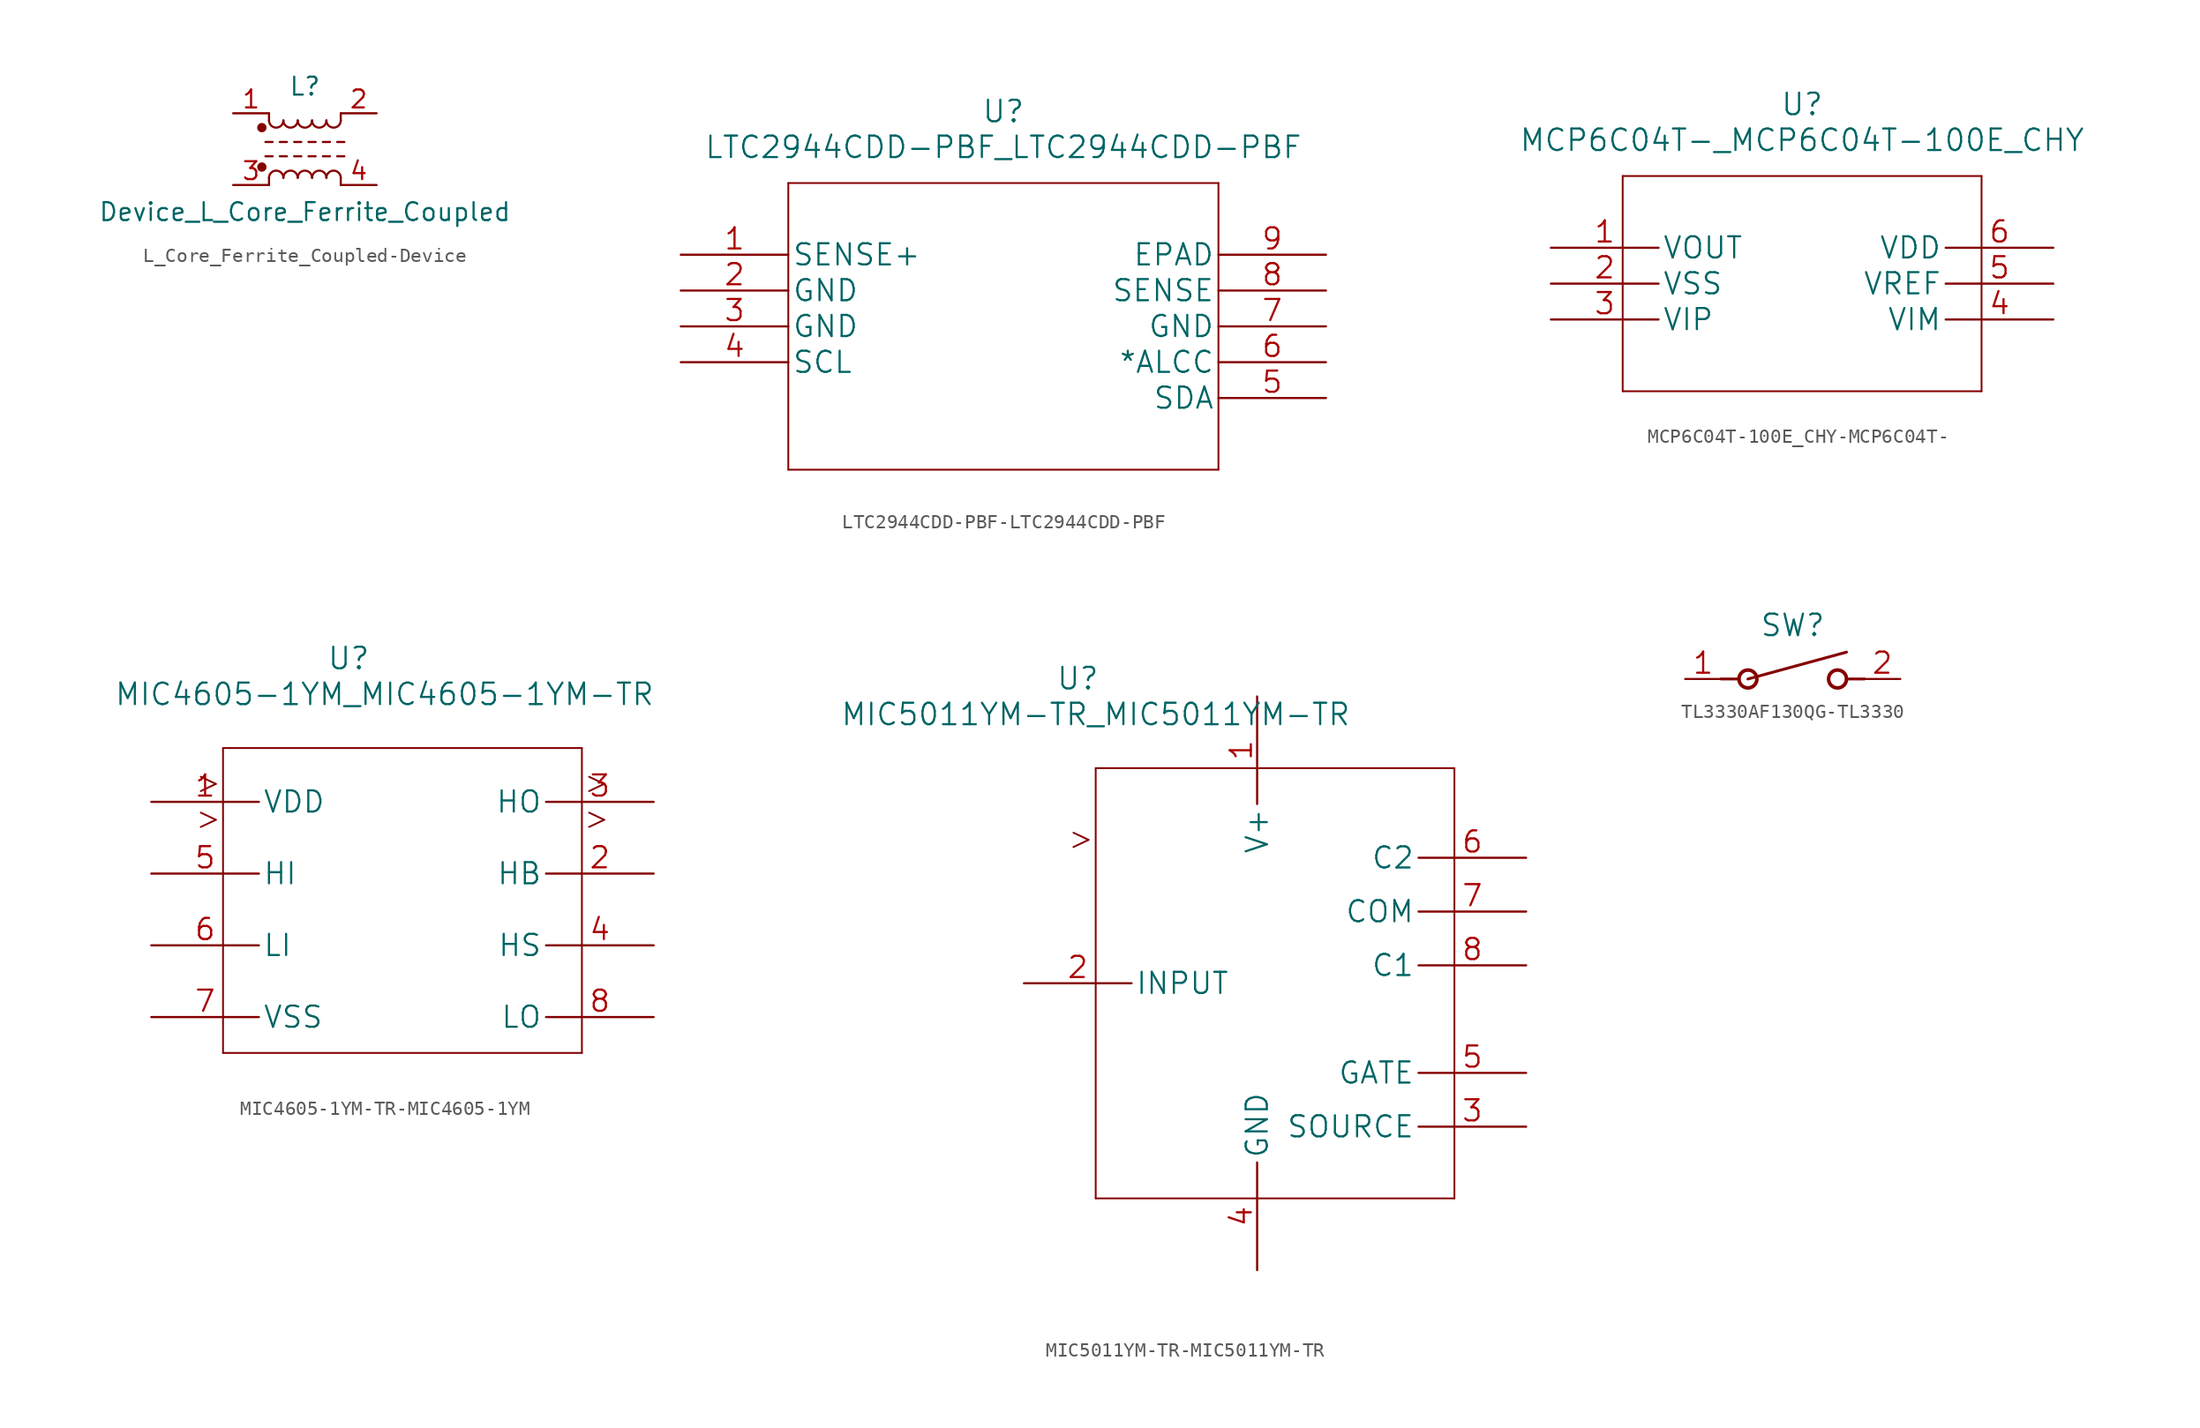
<source format=kicad_sym>
(kicad_symbol_lib
  (version 20220914)
  (generator kicad_symbol_editor)
  (symbol "L_Core_Ferrite_Coupled-Device"
    (pin_names
      (offset 0.254) hide)
    (property "Reference" "L"
      (at 0 4.445 0)
      (effects (font (size 1.27 1.27))))
    (property "Value" "Device_L_Core_Ferrite_Coupled"
      (at 0 -4.445 0)
      (effects (font (size 1.27 1.27))))
    (symbol "L_Core_Ferrite_Coupled-Device_0_1"
      (circle (center -3.048 -1.27) (radius 0.254) (stroke (width 0) (type solid)) (fill (type outline)))
      (circle (center -3.048 1.524) (radius 0.254) (stroke (width 0) (type solid)) (fill (type outline)))
      (arc (start -2.54 2.032) (mid -2.032 1.5262) (end -1.524 2.032) (stroke (width 0) (type solid)) (fill (type none)))
      (arc (start -1.524 -2.032) (mid -2.032 -1.5262) (end -2.54 -2.032) (stroke (width 0) (type solid)) (fill (type none)))
      (arc (start -1.524 2.032) (mid -1.016 1.5262) (end -0.508 2.032) (stroke (width 0) (type solid)) (fill (type none)))
      (arc (start -0.508 -2.032) (mid -1.016 -1.5262) (end -1.524 -2.032) (stroke (width 0) (type solid)) (fill (type none)))
      (arc (start -0.508 2.032) (mid 0 1.5262) (end 0.508 2.032) (stroke (width 0) (type solid)) (fill (type none)))
      (polyline (pts (xy -2.794 -0.508) (xy -2.286 -0.508)) (stroke (width 0) (type solid)) (fill (type none)))
      (polyline (pts (xy -2.794 0.508) (xy -2.286 0.508)) (stroke (width 0) (type solid)) (fill (type none)))
      (polyline (pts (xy -2.54 -2.032) (xy -2.54 -2.54)) (stroke (width 0) (type solid)) (fill (type none)))
      (polyline (pts (xy -2.54 2.032) (xy -2.54 2.54)) (stroke (width 0) (type solid)) (fill (type none)))
      (polyline (pts (xy -1.778 -0.508) (xy -1.27 -0.508)) (stroke (width 0) (type solid)) (fill (type none)))
      (polyline (pts (xy -1.778 0.508) (xy -1.27 0.508)) (stroke (width 0) (type solid)) (fill (type none)))
      (polyline (pts (xy -0.762 -0.508) (xy -0.254 -0.508)) (stroke (width 0) (type solid)) (fill (type none)))
      (polyline (pts (xy -0.762 0.508) (xy -0.254 0.508)) (stroke (width 0) (type solid)) (fill (type none)))
      (polyline (pts (xy 0.254 -0.508) (xy 0.762 -0.508)) (stroke (width 0) (type solid)) (fill (type none)))
      (polyline (pts (xy 0.254 0.508) (xy 0.762 0.508)) (stroke (width 0) (type solid)) (fill (type none)))
      (polyline (pts (xy 1.27 -0.508) (xy 1.778 -0.508)) (stroke (width 0) (type solid)) (fill (type none)))
      (polyline (pts (xy 1.27 0.508) (xy 1.778 0.508)) (stroke (width 0) (type solid)) (fill (type none)))
      (polyline (pts (xy 2.286 -0.508) (xy 2.794 -0.508)) (stroke (width 0) (type solid)) (fill (type none)))
      (polyline (pts (xy 2.286 0.508) (xy 2.794 0.508)) (stroke (width 0) (type solid)) (fill (type none)))
      (polyline (pts (xy 2.54 -2.032) (xy 2.54 -2.54)) (stroke (width 0) (type solid)) (fill (type none)))
      (polyline (pts (xy 2.54 2.54) (xy 2.54 2.032)) (stroke (width 0) (type solid)) (fill (type none)))
      (arc (start 0.508 -2.032) (mid 0 -1.5262) (end -0.508 -2.032) (stroke (width 0) (type solid)) (fill (type none)))
      (arc (start 0.508 2.032) (mid 1.016 1.5262) (end 1.524 2.032) (stroke (width 0) (type solid)) (fill (type none)))
      (arc (start 1.524 -2.032) (mid 1.016 -1.5262) (end 0.508 -2.032) (stroke (width 0) (type solid)) (fill (type none)))
      (arc (start 1.524 2.032) (mid 2.032 1.5262) (end 2.54 2.032) (stroke (width 0) (type solid)) (fill (type none)))
      (arc (start 2.54 -2.032) (mid 2.032 -1.5262) (end 1.524 -2.032) (stroke (width 0) (type solid)) (fill (type none))))
    (symbol "L_Core_Ferrite_Coupled-Device_1_1"
      (pin passive line (at -5.08 2.54 0) (length 2.54) (name "1" (effects (font (size 1.27 1.27)))) (number "1" (effects (font (size 1.27 1.27)))))
      (pin passive line (at 5.08 2.54 180) (length 2.54) (name "2" (effects (font (size 1.27 1.27)))) (number "2" (effects (font (size 1.27 1.27)))))
      (pin passive line (at -5.08 -2.54 0) (length 2.54) (name "3" (effects (font (size 1.27 1.27)))) (number "3" (effects (font (size 1.27 1.27)))))
      (pin passive line (at 5.08 -2.54 180) (length 2.54) (name "4" (effects (font (size 1.27 1.27)))) (number "4" (effects (font (size 1.27 1.27)))))))
  (symbol "LTC2944CDD-PBF-LTC2944CDD-PBF"
    (pin_names
      (offset 0.254))
    (property "Reference" "U"
      (at 22.86 10.16 0)
      (effects (font (size 1.524 1.524))))
    (property "Value" "LTC2944CDD-PBF_LTC2944CDD-PBF"
      (at 22.86 7.62 0)
      (effects (font (size 1.524 1.524))))
    (property "Datasheet" ""
      (at 0 0 0)
      (effects (font (size 1.524 1.524))))
    (property "ki_locked" ""
      (at 0 0 0)
      (effects (font (size 1.27 1.27))))
    (symbol "LTC2944CDD-PBF-LTC2944CDD-PBF_1_1"
      (polyline (pts (xy 7.62 -15.24) (xy 38.1 -15.24)) (stroke (width 0.127) (type solid)) (fill (type none)))
      (polyline (pts (xy 7.62 5.08) (xy 7.62 -15.24)) (stroke (width 0.127) (type solid)) (fill (type none)))
      (polyline (pts (xy 38.1 -15.24) (xy 38.1 5.08)) (stroke (width 0.127) (type solid)) (fill (type none)))
      (polyline (pts (xy 38.1 5.08) (xy 7.62 5.08)) (stroke (width 0.127) (type solid)) (fill (type none)))
      (pin input line (at 0 0 0) (length 7.62) (name "SENSE+" (effects (font (size 1.499 1.499)))) (number "1" (effects (font (size 1.499 1.499)))))
      (pin power_in line (at 0 -2.54 0) (length 7.62) (name "GND" (effects (font (size 1.499 1.499)))) (number "2" (effects (font (size 1.499 1.499)))))
      (pin power_in line (at 0 -5.08 0) (length 7.62) (name "GND" (effects (font (size 1.499 1.499)))) (number "3" (effects (font (size 1.499 1.499)))))
      (pin input line (at 0 -7.62 0) (length 7.62) (name "SCL" (effects (font (size 1.499 1.499)))) (number "4" (effects (font (size 1.499 1.499)))))
      (pin bidirectional line (at 45.72 -10.16 180) (length 7.62) (name "SDA" (effects (font (size 1.499 1.499)))) (number "5" (effects (font (size 1.499 1.499)))))
      (pin bidirectional line (at 45.72 -7.62 180) (length 7.62) (name "*ALCC" (effects (font (size 1.499 1.499)))) (number "6" (effects (font (size 1.499 1.499)))))
      (pin power_in line (at 45.72 -5.08 180) (length 7.62) (name "GND" (effects (font (size 1.499 1.499)))) (number "7" (effects (font (size 1.499 1.499)))))
      (pin input line (at 45.72 -2.54 180) (length 7.62) (name "SENSE" (effects (font (size 1.499 1.499)))) (number "8" (effects (font (size 1.499 1.499)))))
      (pin unspecified line (at 45.72 0 180) (length 7.62) (name "EPAD" (effects (font (size 1.499 1.499)))) (number "9" (effects (font (size 1.499 1.499)))))))
  (symbol "MCP6C04T-100E_CHY-MCP6C04T-"
    (pin_names
      (offset 0.254))
    (property "Reference" "U"
      (at 20.32 10.16 0)
      (effects (font (size 1.524 1.524))))
    (property "Value" "MCP6C04T-_MCP6C04T-100E_CHY"
      (at 20.32 7.62 0)
      (effects (font (size 1.524 1.524))))
    (property "Datasheet" ""
      (at 0 0 0)
      (effects (font (size 1.524 1.524))))
    (property "ki_locked" ""
      (at 0 0 0)
      (effects (font (size 1.27 1.27))))
    (symbol "MCP6C04T-100E_CHY-MCP6C04T-_1_1"
      (polyline (pts (xy 7.62 -10.16) (xy 33.02 -10.16)) (stroke (width 0.127) (type solid)) (fill (type none)))
      (polyline (pts (xy 7.62 5.08) (xy 7.62 -10.16)) (stroke (width 0.127) (type solid)) (fill (type none)))
      (polyline (pts (xy 33.02 -10.16) (xy 33.02 5.08)) (stroke (width 0.127) (type solid)) (fill (type none)))
      (polyline (pts (xy 33.02 5.08) (xy 7.62 5.08)) (stroke (width 0.127) (type solid)) (fill (type none)))
      (pin output line (at 2.54 0 0) (length 7.62) (name "VOUT" (effects (font (size 1.499 1.499)))) (number "1" (effects (font (size 1.499 1.499)))))
      (pin power_in line (at 2.54 -2.54 0) (length 7.62) (name "VSS" (effects (font (size 1.499 1.499)))) (number "2" (effects (font (size 1.499 1.499)))))
      (pin input line (at 2.54 -5.08 0) (length 7.62) (name "VIP" (effects (font (size 1.499 1.499)))) (number "3" (effects (font (size 1.499 1.499)))))
      (pin input line (at 38.1 -5.08 180) (length 7.62) (name "VIM" (effects (font (size 1.499 1.499)))) (number "4" (effects (font (size 1.499 1.499)))))
      (pin power_in line (at 38.1 -2.54 180) (length 7.62) (name "VREF" (effects (font (size 1.499 1.499)))) (number "5" (effects (font (size 1.499 1.499)))))
      (pin power_in line (at 38.1 0 180) (length 7.62) (name "VDD" (effects (font (size 1.499 1.499)))) (number "6" (effects (font (size 1.499 1.499)))))))
  (symbol "MIC4605-1YM-TR-MIC4605-1YM"
    (pin_names
      (offset 0.254))
    (property "Reference" "U"
      (at 16.51 8.89 0)
      (effects (font (size 1.524 1.524))))
    (property "Value" "MIC4605-1YM_MIC4605-1YM-TR"
      (at 19.05 6.35 0)
      (effects (font (size 1.524 1.524))))
    (property "Datasheet" ""
      (at 0 0 0)
      (effects (font (size 1.524 1.524))))
    (property "ki_locked" ""
      (at 0 0 0)
      (effects (font (size 1.27 1.27))))
    (symbol "MIC4605-1YM-TR-MIC4605-1YM_1_1"
      (polyline (pts (xy 7.112 -2.54) (xy 6.045 -3.048)) (stroke (width 0.127) (type solid)) (fill (type none)))
      (polyline (pts (xy 7.112 -2.54) (xy 6.045 -2.032)) (stroke (width 0.127) (type solid)) (fill (type none)))
      (polyline (pts (xy 7.112 0) (xy 6.045 -0.508)) (stroke (width 0.127) (type solid)) (fill (type none)))
      (polyline (pts (xy 7.112 0) (xy 6.045 0.508)) (stroke (width 0.127) (type solid)) (fill (type none)))
      (polyline (pts (xy 7.62 -19.05) (xy 33.02 -19.05)) (stroke (width 0.127) (type solid)) (fill (type none)))
      (polyline (pts (xy 7.62 2.54) (xy 7.62 -19.05)) (stroke (width 0.127) (type solid)) (fill (type none)))
      (polyline (pts (xy 33.02 -19.05) (xy 33.02 2.54)) (stroke (width 0.127) (type solid)) (fill (type none)))
      (polyline (pts (xy 33.02 2.54) (xy 7.62 2.54)) (stroke (width 0.127) (type solid)) (fill (type none)))
      (polyline (pts (xy 33.528 -3.048) (xy 34.595 -2.54)) (stroke (width 0.127) (type solid)) (fill (type none)))
      (polyline (pts (xy 33.528 -2.032) (xy 34.595 -2.54)) (stroke (width 0.127) (type solid)) (fill (type none)))
      (polyline (pts (xy 33.528 -0.508) (xy 34.595 0)) (stroke (width 0.127) (type solid)) (fill (type none)))
      (polyline (pts (xy 33.528 0.508) (xy 34.595 0)) (stroke (width 0.127) (type solid)) (fill (type none)))
      (pin power_in line (at 2.54 -1.27 0) (length 7.62) (name "VDD" (effects (font (size 1.499 1.499)))) (number "1" (effects (font (size 1.499 1.499)))))
      (pin unspecified line (at 38.1 -6.35 180) (length 7.62) (name "HB" (effects (font (size 1.499 1.499)))) (number "2" (effects (font (size 1.499 1.499)))))
      (pin output line (at 38.1 -1.27 180) (length 7.62) (name "HO" (effects (font (size 1.499 1.499)))) (number "3" (effects (font (size 1.499 1.499)))))
      (pin unspecified line (at 38.1 -11.43 180) (length 7.62) (name "HS" (effects (font (size 1.499 1.499)))) (number "4" (effects (font (size 1.499 1.499)))))
      (pin input line (at 2.54 -6.35 0) (length 7.62) (name "HI" (effects (font (size 1.499 1.499)))) (number "5" (effects (font (size 1.499 1.499)))))
      (pin input line (at 2.54 -11.43 0) (length 7.62) (name "LI" (effects (font (size 1.499 1.499)))) (number "6" (effects (font (size 1.499 1.499)))))
      (pin power_in line (at 2.54 -16.51 0) (length 7.62) (name "VSS" (effects (font (size 1.499 1.499)))) (number "7" (effects (font (size 1.499 1.499)))))
      (pin output line (at 38.1 -16.51 180) (length 7.62) (name "LO" (effects (font (size 1.499 1.499)))) (number "8" (effects (font (size 1.499 1.499)))))))
  (symbol "MIC5011YM-TR-MIC5011YM-TR"
    (pin_names
      (offset 0.254))
    (property "Reference" "U"
      (at -12.7 21.59 0)
      (effects (font (size 1.524 1.524))))
    (property "Value" "MIC5011YM-TR_MIC5011YM-TR"
      (at -11.43 19.05 0)
      (effects (font (size 1.524 1.524))))
    (property "Datasheet" ""
      (at -19.05 10.16 0)
      (effects (font (size 1.524 1.524))))
    (property "ki_locked" ""
      (at 0 0 0)
      (effects (font (size 1.27 1.27))))
    (symbol "MIC5011YM-TR-MIC5011YM-TR_1_1"
      (polyline (pts (xy -11.938 10.16) (xy -13.005 9.652)) (stroke (width 0.127) (type solid)) (fill (type none)))
      (polyline (pts (xy -11.938 10.16) (xy -13.005 10.668)) (stroke (width 0.127) (type solid)) (fill (type none)))
      (polyline (pts (xy -11.43 -15.24) (xy 13.97 -15.24)) (stroke (width 0.127) (type solid)) (fill (type none)))
      (polyline (pts (xy -11.43 15.24) (xy -11.43 -15.24)) (stroke (width 0.127) (type solid)) (fill (type none)))
      (polyline (pts (xy 13.97 -15.24) (xy 13.97 15.24)) (stroke (width 0.127) (type solid)) (fill (type none)))
      (polyline (pts (xy 13.97 15.24) (xy -11.43 15.24)) (stroke (width 0.127) (type solid)) (fill (type none)))
      (pin power_in line (at 0 20.32 270) (length 7.62) (name "V+" (effects (font (size 1.499 1.499)))) (number "1" (effects (font (size 1.499 1.499)))))
      (pin input line (at -16.51 0 0) (length 7.62) (name "INPUT" (effects (font (size 1.499 1.499)))) (number "2" (effects (font (size 1.499 1.499)))))
      (pin unspecified line (at 19.05 -10.16 180) (length 7.62) (name "SOURCE" (effects (font (size 1.499 1.499)))) (number "3" (effects (font (size 1.499 1.499)))))
      (pin power_in line (at 0 -20.32 90) (length 7.62) (name "GND" (effects (font (size 1.499 1.499)))) (number "4" (effects (font (size 1.499 1.499)))))
      (pin unspecified line (at 19.05 -6.35 180) (length 7.62) (name "GATE" (effects (font (size 1.499 1.499)))) (number "5" (effects (font (size 1.499 1.499)))))
      (pin unspecified line (at 19.05 8.89 180) (length 7.62) (name "C2" (effects (font (size 1.499 1.499)))) (number "6" (effects (font (size 1.499 1.499)))))
      (pin unspecified line (at 19.05 5.08 180) (length 7.62) (name "COM" (effects (font (size 1.499 1.499)))) (number "7" (effects (font (size 1.499 1.499)))))
      (pin unspecified line (at 19.05 1.27 180) (length 7.62) (name "C1" (effects (font (size 1.499 1.499)))) (number "8" (effects (font (size 1.499 1.499)))))))
  (symbol "TL3330AF130QG-TL3330"
    (pin_names
      (offset -1.905) hide)
    (property "Reference" "SW"
      (at 7.62 3.81 0)
      (effects (font (size 1.524 1.524))))
    (property "Datasheet" ""
      (at 0 0 0)
      (effects (font (size 1.524 1.524))))
    (symbol "TL3330AF130QG-TL3330_1_1"
      (polyline (pts (xy 2.54 0) (xy 3.81 0)) (stroke (width 0.203) (type solid)) (fill (type none)))
      (polyline (pts (xy 4.445 0) (xy 11.43 1.905)) (stroke (width 0.203) (type solid)) (fill (type none)))
      (polyline (pts (xy 12.7 0) (xy 11.43 0)) (stroke (width 0.203) (type solid)) (fill (type none)))
      (circle (center 4.445 0) (radius 0.635) (stroke (width 0.254) (type solid)) (fill (type none)))
      (circle (center 10.795 0) (radius 0.635) (stroke (width 0.254) (type solid)) (fill (type none)))
      (pin unspecified line (at 0 0 0) (length 2.54) (name "1" (effects (font (size 1.499 1.499)))) (number "1" (effects (font (size 1.499 1.499)))))
      (pin unspecified line (at 15.24 0 180) (length 2.54) (name "2" (effects (font (size 1.499 1.499)))) (number "2" (effects (font (size 1.499 1.499))))))))
</source>
